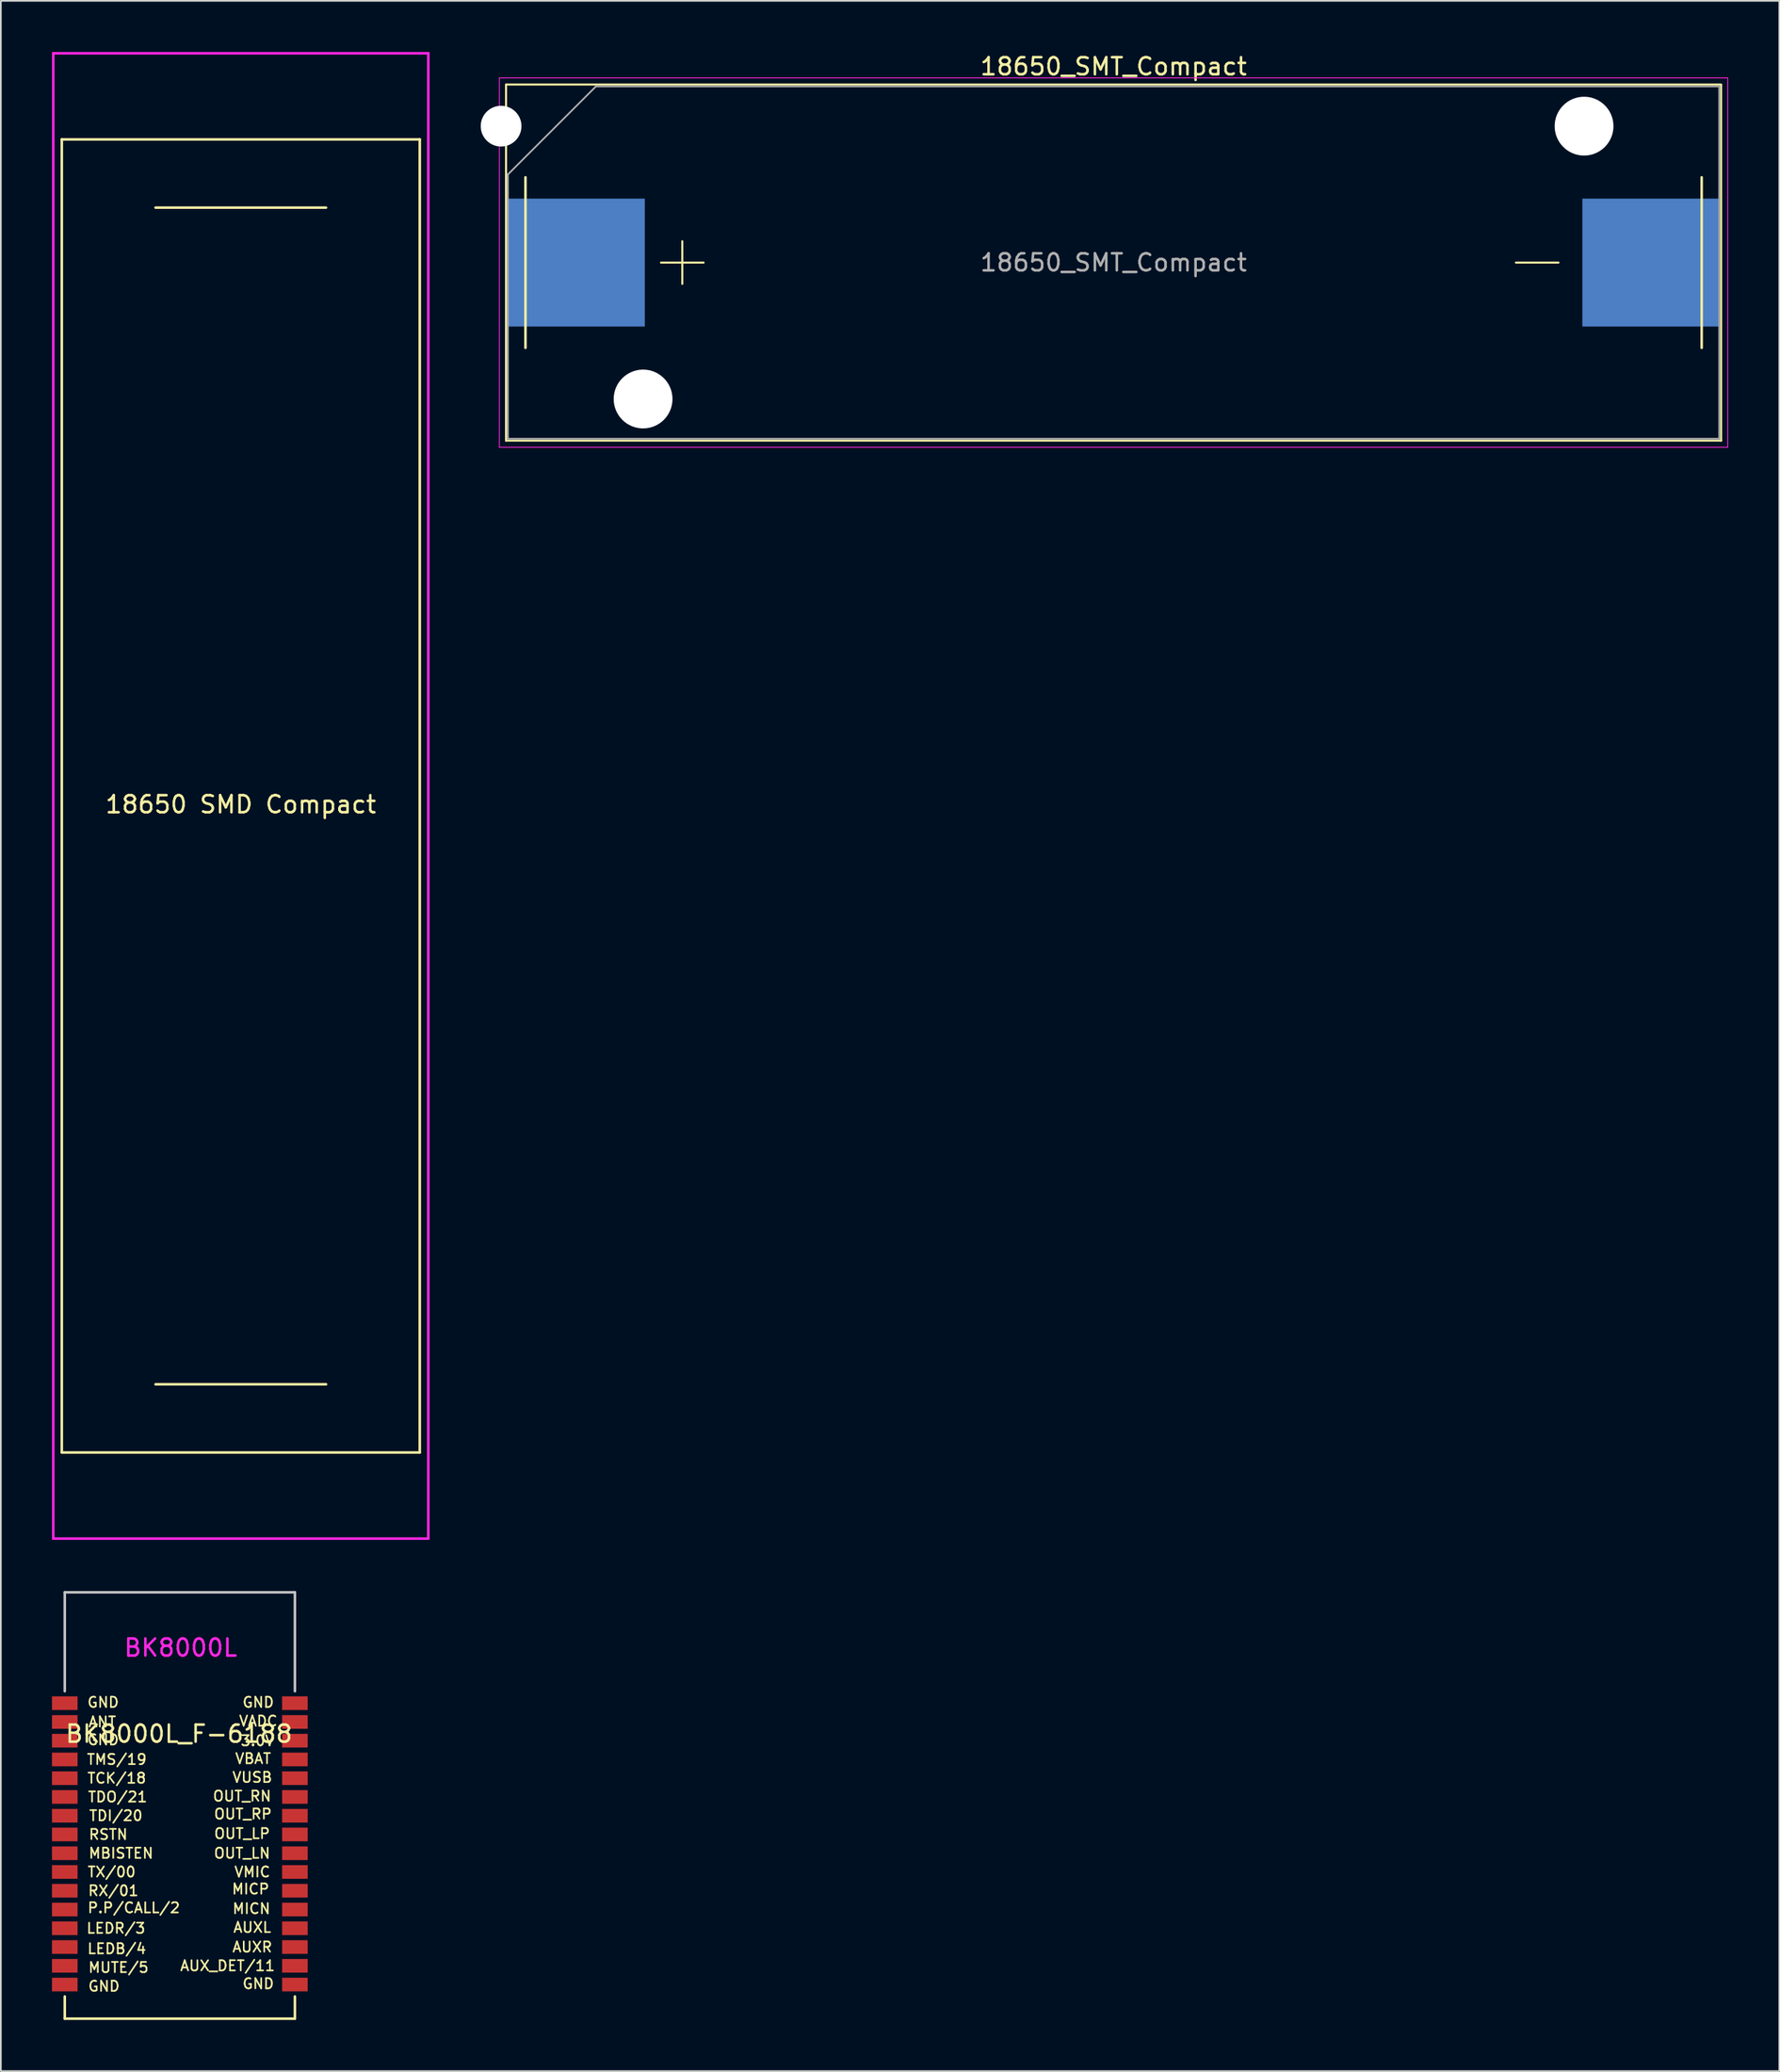
<source format=kicad_pcb>
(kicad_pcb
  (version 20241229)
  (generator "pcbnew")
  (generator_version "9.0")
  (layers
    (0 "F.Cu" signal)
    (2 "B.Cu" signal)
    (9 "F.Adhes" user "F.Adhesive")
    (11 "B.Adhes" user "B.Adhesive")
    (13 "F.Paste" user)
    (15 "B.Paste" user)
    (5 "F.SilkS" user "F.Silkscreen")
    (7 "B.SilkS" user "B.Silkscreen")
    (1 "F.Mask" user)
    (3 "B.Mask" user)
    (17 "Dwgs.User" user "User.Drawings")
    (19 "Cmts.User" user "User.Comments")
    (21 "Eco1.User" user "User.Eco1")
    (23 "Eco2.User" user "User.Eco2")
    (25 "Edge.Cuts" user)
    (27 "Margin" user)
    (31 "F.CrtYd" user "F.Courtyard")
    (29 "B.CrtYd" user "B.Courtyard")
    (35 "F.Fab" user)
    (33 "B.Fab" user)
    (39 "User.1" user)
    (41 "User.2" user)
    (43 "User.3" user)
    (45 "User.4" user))
  (footprint "BK8000L_F-6188"
    (layer "F.Cu")
    (at 7.55 104.575)
    (property "Reference" "BK8000L_F-6188" (at -0.1 -5.95 0) (layer "F.SilkS") (effects (font (size 1 1) (thickness 0.15))))
    (attr through_hole)
    (fp_line (start -6.8 9.45) (end -6.8 10.75) (stroke (width 0.15) (type solid)) (layer "F.SilkS"))
    (fp_line (start -6.8 10.75) (end 6.7 10.75) (stroke (width 0.15) (type solid)) (layer "F.SilkS"))
    (fp_line (start 6.7 10.75) (end 6.7 9.45) (stroke (width 0.15) (type solid)) (layer "F.SilkS"))
    (fp_line (start -6.8 -14.25) (end 6.7 -14.25) (stroke (width 0.15) (type solid)) (layer "Dwgs.User"))
    (fp_line (start -6.8 -8.45) (end -6.8 -14.25) (stroke (width 0.15) (type solid)) (layer "Dwgs.User"))
    (fp_line (start 6.7 -14.25) (end 6.7 -8.45) (stroke (width 0.15) (type solid)) (layer "Dwgs.User"))
    (fp_text user "VADC" (at 4.55 -6.7 0) (layer "F.SilkS") (effects (font (size 0.6 0.6) (thickness 0.1))))
    (fp_text user "RX/01" (at -3.95 3.25 0) (layer "F.SilkS") (effects (font (size 0.6 0.6) (thickness 0.1))))
    (fp_text user "RSTN" (at -4.25 -0.05 0) (layer "F.SilkS") (effects (font (size 0.6 0.6) (thickness 0.1))))
    (fp_text user "TMS/19" (at -3.75 -4.45 0) (layer "F.SilkS") (effects (font (size 0.6 0.6) (thickness 0.1))))
    (fp_text user "MBISTEN" (at -3.5 1.05 0) (layer "F.SilkS") (effects (font (size 0.6 0.6) (thickness 0.1))))
    (fp_text user "TX/00" (at -4.05 2.15 0) (layer "F.SilkS") (effects (font (size 0.6 0.6) (thickness 0.1))))
    (fp_text user "VBAT" (at 4.25 -4.5 0) (layer "F.SilkS") (effects (font (size 0.6 0.6) (thickness 0.1))))
    (fp_text user "GND" (at -4.55 -7.8 0) (layer "F.SilkS") (effects (font (size 0.6 0.6) (thickness 0.1))))
    (fp_text user "TCK/18" (at -3.75 -3.35 0) (layer "F.SilkS") (effects (font (size 0.6 0.6) (thickness 0.1))))
    (fp_text user "AUXR" (at 4.2 6.55 0) (layer "F.SilkS") (effects (font (size 0.6 0.6) (thickness 0.1))))
    (fp_text user "LEDB/4" (at -3.75 6.65 0) (layer "F.SilkS") (effects (font (size 0.6 0.6) (thickness 0.1))))
    (fp_text user "P.P/CALL/2" (at -2.75 4.25 0) (layer "F.SilkS") (effects (font (size 0.6 0.6) (thickness 0.1))))
    (fp_text user "AUXL" (at 4.2 5.4 0) (layer "F.SilkS") (effects (font (size 0.6 0.6) (thickness 0.1))))
    (fp_text user "GND" (at 4.55 -7.8 0) (layer "F.SilkS") (effects (font (size 0.6 0.6) (thickness 0.1))))
    (fp_text user "OUT_RN" (at 3.6 -2.3 0) (layer "F.SilkS") (effects (font (size 0.6 0.6) (thickness 0.1))))
    (fp_text user "ANT" (at -4.6 -6.65 0) (layer "F.SilkS") (effects (font (size 0.6 0.6) (thickness 0.1))))
    (fp_text user "3.0V" (at 4.5 -5.55 0) (layer "F.SilkS") (effects (font (size 0.6 0.6) (thickness 0.1))))
    (fp_text user "GND" (at 4.55 8.7 0) (layer "F.SilkS") (effects (font (size 0.6 0.6) (thickness 0.1))))
    (fp_text user "OUT_RP" (at 3.65 -1.25 0) (layer "F.SilkS") (effects (font (size 0.6 0.6) (thickness 0.1))))
    (fp_text user "OUT_LP" (at 3.6 -0.1 0) (layer "F.SilkS") (effects (font (size 0.6 0.6) (thickness 0.1))))
    (fp_text user "MICN" (at 4.15 4.3 0) (layer "F.SilkS") (effects (font (size 0.6 0.6) (thickness 0.1))))
    (fp_text user "MUTE/5" (at -3.65 7.75 0) (layer "F.SilkS") (effects (font (size 0.6 0.6) (thickness 0.1))))
    (fp_text user "TDO/21" (at -3.7 -2.25 0) (layer "F.SilkS") (effects (font (size 0.6 0.6) (thickness 0.1))))
    (fp_text user "OUT_LN" (at 3.6 1.05 0) (layer "F.SilkS") (effects (font (size 0.6 0.6) (thickness 0.1))))
    (fp_text user "TDI/20" (at -3.8 -1.15 0) (layer "F.SilkS") (effects (font (size 0.6 0.6) (thickness 0.1))))
    (fp_text user "GND" (at -4.5 8.85 0) (layer "F.SilkS") (effects (font (size 0.6 0.6) (thickness 0.1))))
    (fp_text user "LEDR/3" (at -3.8 5.45 0) (layer "F.SilkS") (effects (font (size 0.6 0.6) (thickness 0.1))))
    (fp_text user "VMIC" (at 4.2 2.15 0) (layer "F.SilkS") (effects (font (size 0.6 0.6) (thickness 0.1))))
    (fp_text user "VUSB" (at 4.2 -3.4 0) (layer "F.SilkS") (effects (font (size 0.6 0.6) (thickness 0.1))))
    (fp_text user "GND" (at -4.55 -5.6 0) (layer "F.SilkS") (effects (font (size 0.6 0.6) (thickness 0.1))))
    (fp_text user "MICP" (at 4.1 3.15 0) (layer "F.SilkS") (effects (font (size 0.6 0.6) (thickness 0.1))))
    (fp_text user "AUX_DET/11" (at 2.75 7.65 0) (layer "F.SilkS") (effects (font (size 0.6 0.6) (thickness 0.1))))
    (fp_text user "BK8000L" (at 0 -11 0) (layer "F.CrtYd") (effects (font (size 1 1) (thickness 0.15))))
    (pad "1" smd rect (at -6.8 -7.75) (size 1.5 0.8) (layers "F.Cu" "F.Mask" "F.Paste"))
    (pad "2" smd rect (at -6.8 -6.65) (size 1.5 0.8) (layers "F.Cu" "F.Mask" "F.Paste"))
    (pad "3" smd rect (at -6.8 -5.55) (size 1.5 0.8) (layers "F.Cu" "F.Mask" "F.Paste"))
    (pad "4" smd rect (at -6.8 -4.45) (size 1.5 0.8) (layers "F.Cu" "F.Mask" "F.Paste"))
    (pad "5" smd rect (at -6.8 -3.35) (size 1.5 0.8) (layers "F.Cu" "F.Mask" "F.Paste"))
    (pad "6" smd rect (at -6.8 -2.25) (size 1.5 0.8) (layers "F.Cu" "F.Mask" "F.Paste"))
    (pad "7" smd rect (at -6.8 -1.15) (size 1.5 0.8) (layers "F.Cu" "F.Mask" "F.Paste"))
    (pad "8" smd rect (at -6.8 -0.05) (size 1.5 0.8) (layers "F.Cu" "F.Mask" "F.Paste"))
    (pad "9" smd rect (at -6.8 1.05) (size 1.5 0.8) (layers "F.Cu" "F.Mask" "F.Paste"))
    (pad "10" smd rect (at -6.8 2.15) (size 1.5 0.8) (layers "F.Cu" "F.Mask" "F.Paste"))
    (pad "11" smd rect (at -6.8 3.25) (size 1.5 0.8) (layers "F.Cu" "F.Mask" "F.Paste"))
    (pad "12" smd rect (at -6.8 4.35) (size 1.5 0.8) (layers "F.Cu" "F.Mask" "F.Paste"))
    (pad "13" smd rect (at -6.8 5.45) (size 1.5 0.8) (layers "F.Cu" "F.Mask" "F.Paste"))
    (pad "14" smd rect (at -6.8 6.55) (size 1.5 0.8) (layers "F.Cu" "F.Mask" "F.Paste"))
    (pad "15" smd rect (at -6.8 7.65) (size 1.5 0.8) (layers "F.Cu" "F.Mask" "F.Paste"))
    (pad "16" smd rect (at -6.8 8.75) (size 1.5 0.8) (layers "F.Cu" "F.Mask" "F.Paste"))
    (pad "17" smd rect (at 6.7 8.75) (size 1.5 0.8) (layers "F.Cu" "F.Mask" "F.Paste"))
    (pad "18" smd rect (at 6.7 7.65) (size 1.5 0.8) (layers "F.Cu" "F.Mask" "F.Paste"))
    (pad "19" smd rect (at 6.7 6.55) (size 1.5 0.8) (layers "F.Cu" "F.Mask" "F.Paste"))
    (pad "20" smd rect (at 6.7 5.45) (size 1.5 0.8) (layers "F.Cu" "F.Mask" "F.Paste"))
    (pad "21" smd rect (at 6.7 4.35) (size 1.5 0.8) (layers "F.Cu" "F.Mask" "F.Paste"))
    (pad "22" smd rect (at 6.7 3.25) (size 1.5 0.8) (layers "F.Cu" "F.Mask" "F.Paste"))
    (pad "23" smd rect (at 6.7 2.15) (size 1.5 0.8) (layers "F.Cu" "F.Mask" "F.Paste"))
    (pad "24" smd rect (at 6.7 1.05) (size 1.5 0.8) (layers "F.Cu" "F.Mask" "F.Paste"))
    (pad "25" smd rect (at 6.7 -0.05) (size 1.5 0.8) (layers "F.Cu" "F.Mask" "F.Paste"))
    (pad "26" smd rect (at 6.7 -1.15) (size 1.5 0.8) (layers "F.Cu" "F.Mask" "F.Paste"))
    (pad "27" smd rect (at 6.7 -2.25) (size 1.5 0.8) (layers "F.Cu" "F.Mask" "F.Paste"))
    (pad "28" smd rect (at 6.7 -3.35) (size 1.5 0.8) (layers "F.Cu" "F.Mask" "F.Paste"))
    (pad "29" smd rect (at 6.7 -4.45) (size 1.5 0.8) (layers "F.Cu" "F.Mask" "F.Paste"))
    (pad "30" smd rect (at 6.7 -5.55) (size 1.5 0.8) (layers "F.Cu" "F.Mask" "F.Paste"))
    (pad "31" smd rect (at 6.7 -6.65) (size 1.5 0.8) (layers "F.Cu" "F.Mask" "F.Paste"))
    (pad "32" smd rect (at 6.7 -7.75) (size 1.5 0.8) (layers "F.Cu" "F.Mask" "F.Paste")))
  (footprint "18650_SMT_Compact"
    (layer "F.Cu")
    (at 62.275 12.348)
    (property "Reference" "18650_SMT_Compact" (at 0 -11.5 0) (layer "F.SilkS") (effects (font (size 1 1) (thickness 0.15))))
    (attr smd)
    (fp_line (start -35.64 -10.44) (end -35.64 10.44) (stroke (width 0.12) (type solid)) (layer "F.SilkS"))
    (fp_line (start -34.5 -5) (end -34.5 5) (stroke (width 0.15) (type solid)) (layer "F.SilkS"))
    (fp_line (start -26.55 0) (end -24.05 0) (stroke (width 0.12) (type solid)) (layer "F.SilkS"))
    (fp_line (start -25.3 1.25) (end -25.3 -1.25) (stroke (width 0.12) (type solid)) (layer "F.SilkS"))
    (fp_line (start 26.1 0) (end 23.6 0) (stroke (width 0.12) (type solid)) (layer "F.SilkS"))
    (fp_line (start 34.5 -5) (end 34.5 5) (stroke (width 0.15) (type solid)) (layer "F.SilkS"))
    (fp_line (start 35.64 -10.44) (end -35.64 -10.44) (stroke (width 0.12) (type solid)) (layer "F.SilkS"))
    (fp_line (start 35.64 10.44) (end -35.64 10.44) (stroke (width 0.12) (type solid)) (layer "F.SilkS"))
    (fp_line (start 35.64 10.44) (end 35.64 -10.42) (stroke (width 0.12) (type solid)) (layer "F.SilkS"))
    (fp_line (start -36.03 -10.83) (end -36.03 10.83) (stroke (width 0.05) (type solid)) (layer "F.CrtYd"))
    (fp_line (start -36.03 -10.83) (end 36.03 -10.83) (stroke (width 0.05) (type solid)) (layer "F.CrtYd"))
    (fp_line (start -36.03 10.83) (end 36.03 10.83) (stroke (width 0.05) (type solid)) (layer "F.CrtYd"))
    (fp_line (start 36.03 -10.83) (end 36.03 10.83) (stroke (width 0.05) (type solid)) (layer "F.CrtYd"))
    (fp_line (start -35.53 -5.168) (end -35.53 10.33) (stroke (width 0.1) (type solid)) (layer "F.Fab"))
    (fp_line (start -35.53 10.33) (end 35.53 10.33) (stroke (width 0.1) (type solid)) (layer "F.Fab"))
    (fp_line (start -30.367 -10.33) (end -35.53 -5.168) (stroke (width 0.1) (type solid)) (layer "F.Fab"))
    (fp_line (start -30.367 -10.33) (end 35.53 -10.33) (stroke (width 0.1) (type solid)) (layer "F.Fab"))
    (fp_line (start 35.53 -10.33) (end 35.53 10.33) (stroke (width 0.1) (type solid)) (layer "F.Fab"))
    (fp_text user "${REFERENCE}" (at 0 0 0) (layer "F.Fab") (effects (font (size 1 1) (thickness 0.15))))
    (pad "" np_thru_hole circle (at -35.93 -8) (size 2.39 2.39) (drill 2.39) (layers "*.Cu" "*.Mask"))
    (pad "" np_thru_hole circle (at -27.6 8) (size 3.45 3.45) (drill 3.45) (layers "*.Cu" "*.Mask"))
    (pad "" np_thru_hole circle (at 27.6 -8) (size 3.45 3.45) (drill 3.45) (layers "*.Cu" "*.Mask"))
    (pad "1" smd rect (at -31.5 0) (size 8 7.5) (layers "B.Cu" "B.Mask" "B.Paste"))
    (pad "2" smd rect (at 31.5 0) (size 8 7.5) (layers "B.Cu" "B.Mask" "B.Paste")))
  (footprint "18650 SMD Compact"
    (layer "F.Cu")
    (at 11.075 43.625)
    (property "Reference" "18650 SMD Compact" (at 0 0.5 0) (layer "F.SilkS") (effects (font (size 1 1) (thickness 0.15))))
    (attr through_hole)
    (fp_line (start -10.5 -38.5) (end -10.5 38.5) (stroke (width 0.15) (type solid)) (layer "F.SilkS"))
    (fp_line (start -10.5 -38.5) (end 10.5 -38.5) (stroke (width 0.15) (type solid)) (layer "F.SilkS"))
    (fp_line (start -10.5 38.5) (end 10.5 38.5) (stroke (width 0.15) (type solid)) (layer "F.SilkS"))
    (fp_line (start -5 -34.5) (end 5 -34.5) (stroke (width 0.15) (type solid)) (layer "F.SilkS"))
    (fp_line (start -5 34.5) (end 5 34.5) (stroke (width 0.15) (type solid)) (layer "F.SilkS"))
    (fp_line (start 10.5 -38.5) (end 10.5 38.5) (stroke (width 0.15) (type solid)) (layer "F.SilkS"))
    (fp_line (start -11 -43.55) (end 11 -43.55) (stroke (width 0.15) (type solid)) (layer "F.CrtYd"))
    (fp_line (start -11 43.55) (end -11 -43.55) (stroke (width 0.15) (type solid)) (layer "F.CrtYd"))
    (fp_line (start 11 43.55) (end -11 43.55) (stroke (width 0.15) (type solid)) (layer "F.CrtYd"))
    (fp_line (start 11 43.55) (end 11 -43.55) (stroke (width 0.15) (type solid)) (layer "F.CrtYd")))
  (gr_rect
    (start -3 -3)
    (end 101.33 118.4)
    (stroke (width 0.1) (type default))
    (fill no)
    (layer "Edge.Cuts")))
</source>
